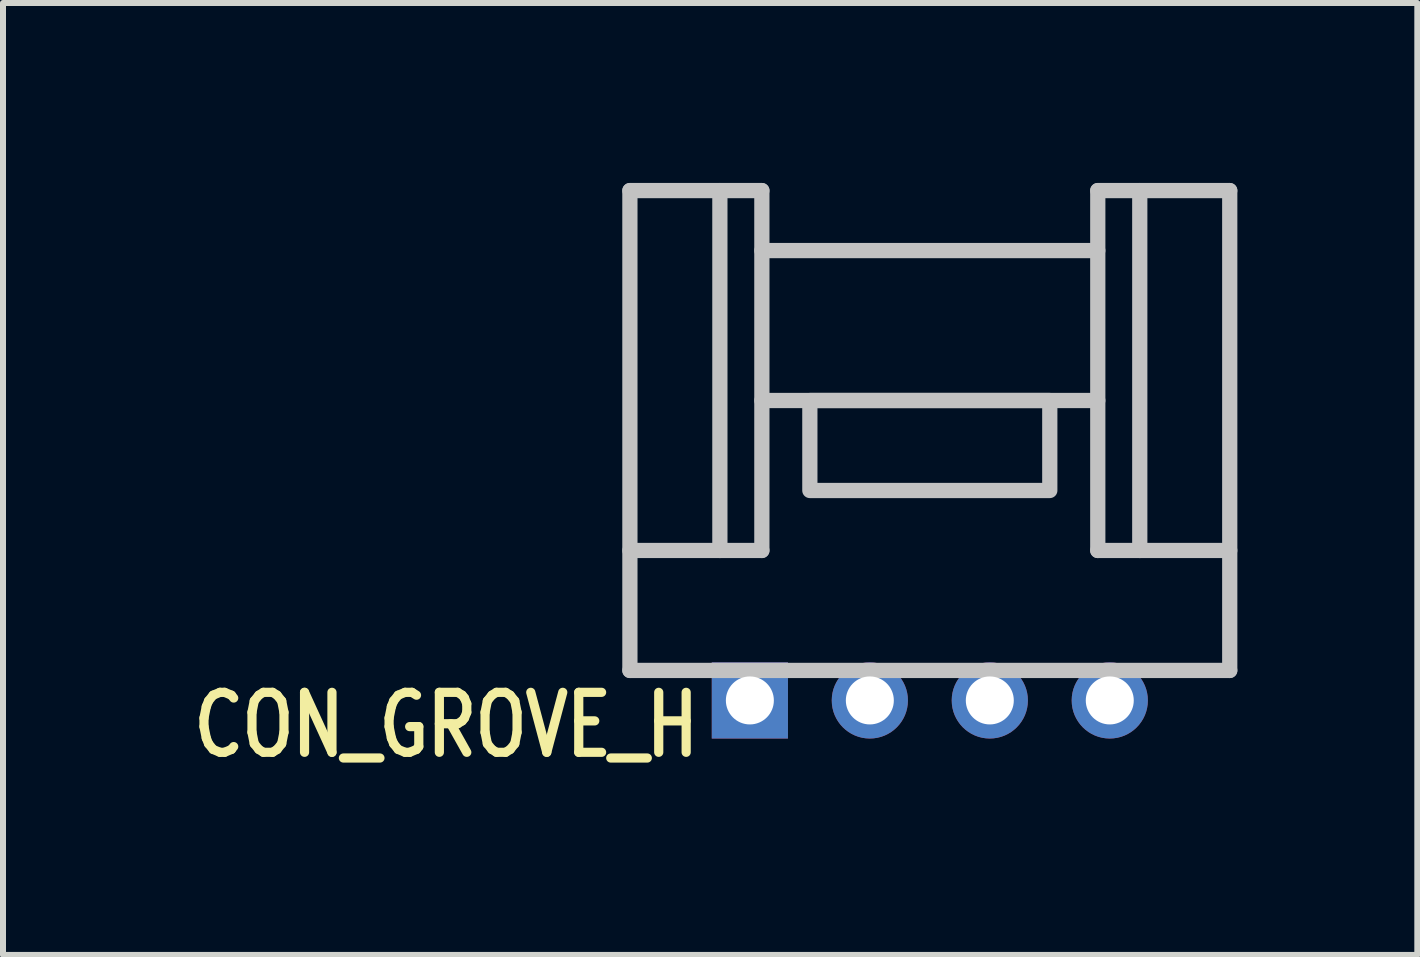
<source format=kicad_pcb>
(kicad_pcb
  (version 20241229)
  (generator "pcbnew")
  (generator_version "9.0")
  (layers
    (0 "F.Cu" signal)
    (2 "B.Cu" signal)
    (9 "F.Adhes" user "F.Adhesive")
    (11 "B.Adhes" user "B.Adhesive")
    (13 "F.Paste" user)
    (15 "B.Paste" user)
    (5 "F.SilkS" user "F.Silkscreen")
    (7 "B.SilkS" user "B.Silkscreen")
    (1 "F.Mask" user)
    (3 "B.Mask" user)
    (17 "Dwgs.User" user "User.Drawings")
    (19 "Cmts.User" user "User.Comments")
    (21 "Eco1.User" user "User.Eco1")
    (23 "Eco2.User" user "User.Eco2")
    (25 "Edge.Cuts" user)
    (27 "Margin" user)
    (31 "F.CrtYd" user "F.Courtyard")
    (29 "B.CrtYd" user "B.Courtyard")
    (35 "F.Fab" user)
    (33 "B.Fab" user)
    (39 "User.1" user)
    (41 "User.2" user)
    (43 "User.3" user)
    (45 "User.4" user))
  (footprint "CON_GROVE_H"
    (layer "F.Cu")
    (at 12.451 8.627)
    (property "Reference" "CON_GROVE_H" (at -3.771 0.995 0) (layer "F.SilkS") (effects (font (size 1 0.8) (thickness 0.153) (bold yes)) (justify right bottom)))
    (attr through_hole)
    (fp_line (start -5 -2.5) (end -2.8 -2.5) (stroke (width 0.254) (type default)) (layer "Dwgs.User"))
    (fp_line (start -5 -0.5) (end -5 -8.5) (stroke (width 0.254) (type solid)) (layer "Dwgs.User"))
    (fp_line (start -5 -0.5) (end 5 -0.5) (stroke (width 0.254) (type solid)) (layer "Dwgs.User"))
    (fp_line (start -3.5 -2.5) (end -3.5 -8.5) (stroke (width 0.254) (type default)) (layer "Dwgs.User"))
    (fp_line (start -2.8 -8.5) (end -5 -8.5) (stroke (width 0.254) (type default)) (layer "Dwgs.User"))
    (fp_line (start -2.8 -7.5) (end 2.8 -7.5) (stroke (width 0.254) (type default)) (layer "Dwgs.User"))
    (fp_line (start -2.8 -5) (end 2.8 -5) (stroke (width 0.254) (type default)) (layer "Dwgs.User"))
    (fp_line (start -2.8 -2.5) (end -2.8 -8.5) (stroke (width 0.254) (type default)) (layer "Dwgs.User"))
    (fp_line (start 2.8 -8.5) (end 5 -8.5) (stroke (width 0.254) (type default)) (layer "Dwgs.User"))
    (fp_line (start 2.8 -2.5) (end 2.8 -8.5) (stroke (width 0.254) (type default)) (layer "Dwgs.User"))
    (fp_line (start 2.8 -2.5) (end 5 -2.5) (stroke (width 0.254) (type default)) (layer "Dwgs.User"))
    (fp_line (start 3.5 -2.5) (end 3.5 -8.5) (stroke (width 0.254) (type default)) (layer "Dwgs.User"))
    (fp_line (start 5 -8.5) (end 5 -0.5) (stroke (width 0.254) (type solid)) (layer "Dwgs.User"))
    (fp_rect (start -2 -5) (end 2 -3.5) (stroke (width 0.254) (type default)) (fill no) (layer "Dwgs.User"))
    (pad "1" thru_hole rect (at -3 0) (size 1.27 1.27) (drill 0.8) (layers "*.Cu" "*.Mask"))
    (pad "2" thru_hole circle (at -1 0) (size 1.27 1.27) (drill 0.8) (layers "*.Cu" "*.Mask"))
    (pad "3" thru_hole circle (at 1 0) (size 1.27 1.27) (drill 0.8) (layers "*.Cu" "*.Mask"))
    (pad "4" thru_hole circle (at 3 0) (size 1.27 1.27) (drill 0.8) (layers "*.Cu" "*.Mask")))
  (gr_rect
    (start -3 -3)
    (end 20.578 12.87)
    (stroke (width 0.1) (type default))
    (fill no)
    (layer "Edge.Cuts")))
</source>
